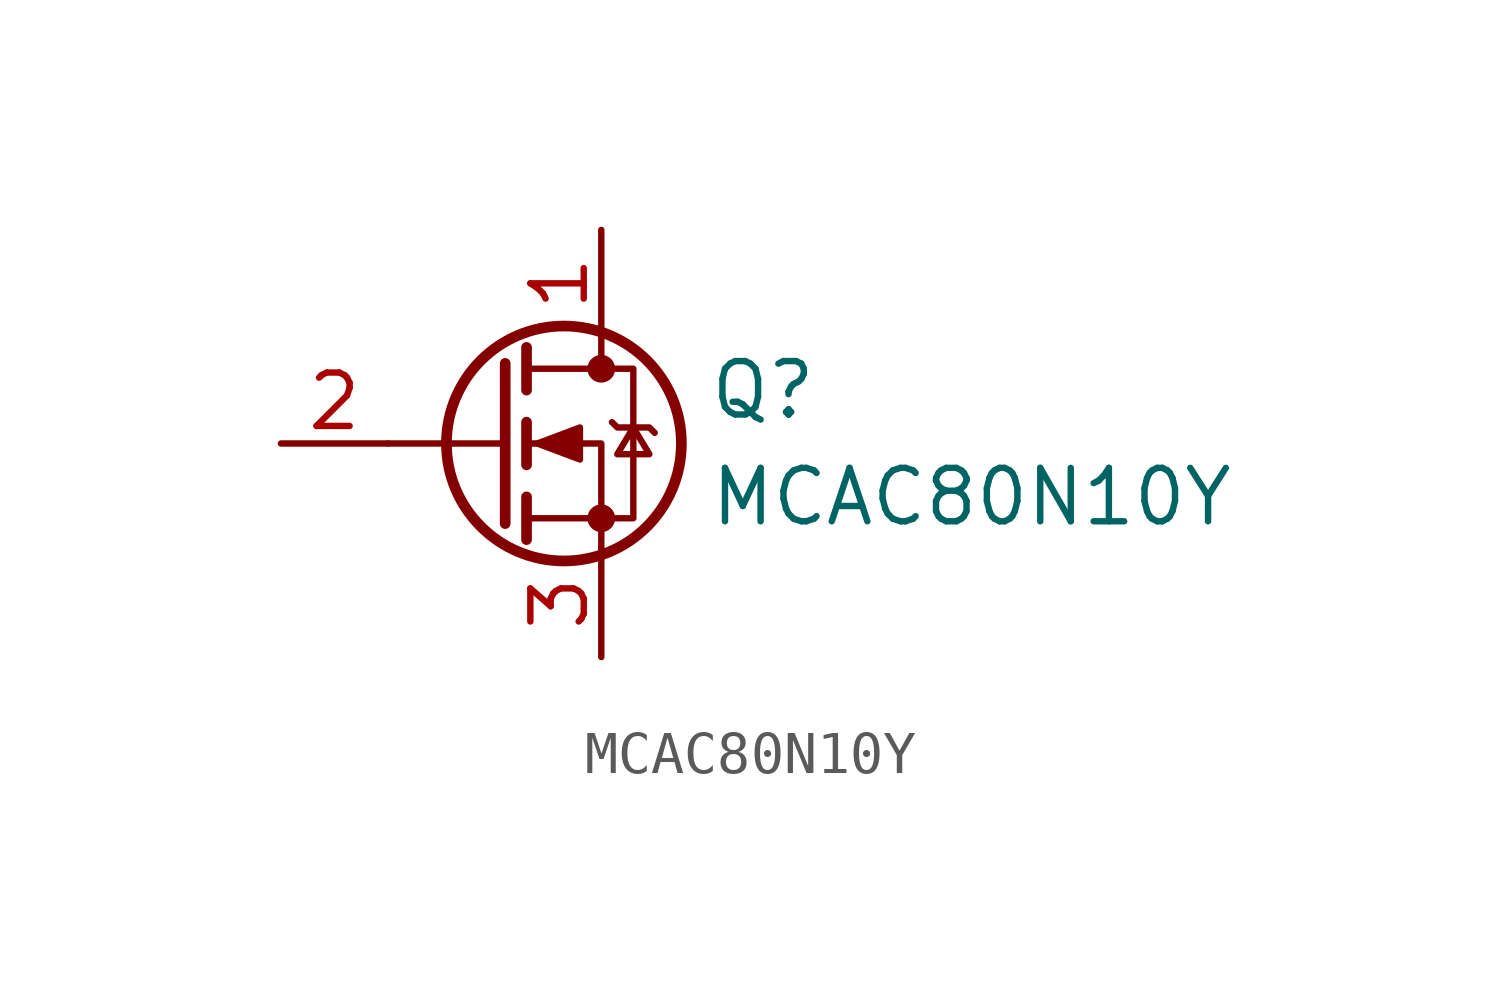
<source format=kicad_sym>
(kicad_symbol_lib
  (version 20211014)
  (generator kicad_symbol_editor)
  (symbol "MCAC80N10Y"
    (pin_names
      (offset 0) hide)
    (property "Reference" "Q"
      (at 5.08 1.27 0)
      (effects (font (size 1.27 1.27)) (justify left)))
    (property "Value" "MCAC80N10Y"
      (at 5.08 -1.27 0)
      (effects (font (size 1.27 1.27)) (justify left)))
    (symbol "MCAC80N10Y_0_1"
      (polyline (pts (xy 0.254 0) (xy -2.54 0)) (stroke (width 0) (type default) (color 0 0 0 0)) (fill (type none)))
      (polyline (pts (xy 0.254 1.905) (xy 0.254 -1.905)) (stroke (width 0.254) (type default) (color 0 0 0 0)) (fill (type none)))
      (polyline (pts (xy 0.762 -1.27) (xy 0.762 -2.286)) (stroke (width 0.254) (type default) (color 0 0 0 0)) (fill (type none)))
      (polyline (pts (xy 0.762 0.508) (xy 0.762 -0.508)) (stroke (width 0.254) (type default) (color 0 0 0 0)) (fill (type none)))
      (polyline (pts (xy 0.762 2.286) (xy 0.762 1.27)) (stroke (width 0.254) (type default) (color 0 0 0 0)) (fill (type none)))
      (polyline (pts (xy 2.54 2.54) (xy 2.54 1.778)) (stroke (width 0) (type default) (color 0 0 0 0)) (fill (type none)))
      (polyline (pts (xy 2.54 -2.54) (xy 2.54 0) (xy 0.762 0)) (stroke (width 0) (type default) (color 0 0 0 0)) (fill (type none)))
      (polyline (pts (xy 0.762 -1.778) (xy 3.302 -1.778) (xy 3.302 1.778) (xy 0.762 1.778)) (stroke (width 0) (type default) (color 0 0 0 0)) (fill (type none)))
      (polyline (pts (xy 1.016 0) (xy 2.032 0.381) (xy 2.032 -0.381) (xy 1.016 0)) (stroke (width 0) (type default) (color 0 0 0 0)) (fill (type outline)))
      (polyline (pts (xy 2.794 0.508) (xy 2.921 0.381) (xy 3.683 0.381) (xy 3.81 0.254)) (stroke (width 0) (type default) (color 0 0 0 0)) (fill (type none)))
      (polyline (pts (xy 3.302 0.381) (xy 2.921 -0.254) (xy 3.683 -0.254) (xy 3.302 0.381)) (stroke (width 0) (type default) (color 0 0 0 0)) (fill (type none)))
      (circle (center 1.651 0) (radius 2.794) (stroke (width 0.254) (type default) (color 0 0 0 0)) (fill (type none)))
      (circle (center 2.54 -1.778) (radius 0.254) (stroke (width 0) (type default) (color 0 0 0 0)) (fill (type outline)))
      (circle (center 2.54 1.778) (radius 0.254) (stroke (width 0) (type default) (color 0 0 0 0)) (fill (type outline))))
    (symbol "MCAC80N10Y_1_1"
      (pin passive line (at 2.54 5.08 270) (length 2.54) (name "D" (effects (font (size 1.27 1.27)))) (number "1" (effects (font (size 1.27 1.27)))))
      (pin input line (at -5.08 0 0) (length 2.54) (name "G" (effects (font (size 1.27 1.27)))) (number "2" (effects (font (size 1.27 1.27)))))
      (pin passive line (at 2.54 -5.08 90) (length 2.54) (name "S" (effects (font (size 1.27 1.27)))) (number "3" (effects (font (size 1.27 1.27))))))))
</source>
